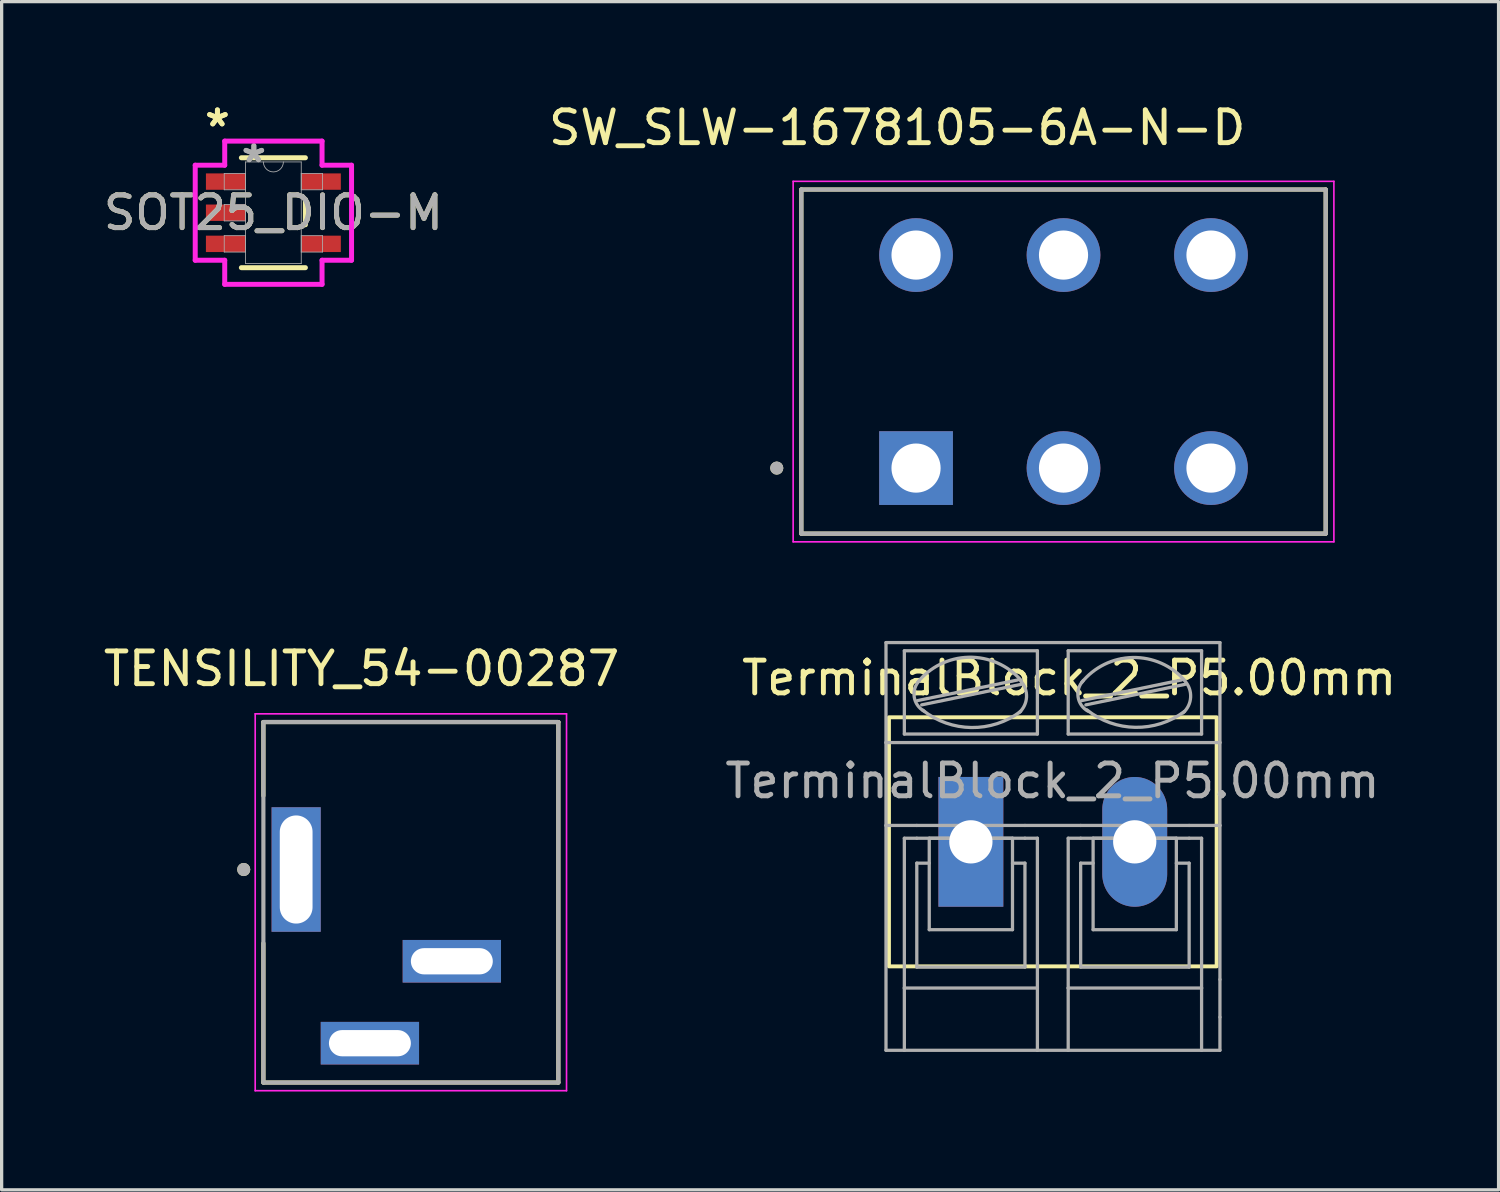
<source format=kicad_pcb>
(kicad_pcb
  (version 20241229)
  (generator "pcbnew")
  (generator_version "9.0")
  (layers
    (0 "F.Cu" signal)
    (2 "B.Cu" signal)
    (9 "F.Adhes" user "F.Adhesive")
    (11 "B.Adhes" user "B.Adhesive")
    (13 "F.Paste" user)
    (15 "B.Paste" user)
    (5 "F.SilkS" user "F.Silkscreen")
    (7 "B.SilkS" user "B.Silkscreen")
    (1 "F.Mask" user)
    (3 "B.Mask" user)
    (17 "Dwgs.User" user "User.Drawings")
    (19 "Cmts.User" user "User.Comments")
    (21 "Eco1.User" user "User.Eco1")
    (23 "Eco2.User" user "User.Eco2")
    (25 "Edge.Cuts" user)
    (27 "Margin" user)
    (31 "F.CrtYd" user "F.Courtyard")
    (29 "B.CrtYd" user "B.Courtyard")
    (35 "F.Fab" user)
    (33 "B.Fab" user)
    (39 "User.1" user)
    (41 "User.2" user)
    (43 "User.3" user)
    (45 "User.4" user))
  (footprint "TerminalBlock_2_P5.00mm"
    (layer "F.Cu")
    (at 29.075 22.638)
    (property "Reference" "TerminalBlock_2_P5.00mm" (at 0.5 -5 0) (layer "F.SilkS") (effects (font (size 1 1) (thickness 0.15))))
    (attr through_hole)
    (fp_rect (start -5 -3.8) (end 5 3.8) (stroke (width 0.12) (type solid)) (fill no) (layer "F.SilkS"))
    (fp_line (start -5.09 -3.03) (end -5.09 -6.08) (stroke (width 0.1) (type solid)) (layer "F.Fab"))
    (fp_line (start -5.09 -3.03) (end 5.1 -3.03) (stroke (width 0.1) (type solid)) (layer "F.Fab"))
    (fp_line (start -5.09 -0.5) (end -5.09 -3.03) (stroke (width 0.1) (type solid)) (layer "F.Fab"))
    (fp_line (start -5.09 -0.5) (end -4.15 -0.5) (stroke (width 0.1) (type solid)) (layer "F.Fab"))
    (fp_line (start -5.09 6.36) (end -5.09 -0.5) (stroke (width 0.1) (type solid)) (layer "F.Fab"))
    (fp_line (start -5.09 6.36) (end -4.53 6.36) (stroke (width 0.1) (type solid)) (layer "F.Fab"))
    (fp_line (start -4.53 -3.29) (end -4.53 -5.83) (stroke (width 0.1) (type solid)) (layer "F.Fab"))
    (fp_line (start -4.53 -0.11) (end -4.53 4.46) (stroke (width 0.1) (type solid)) (layer "F.Fab"))
    (fp_line (start -4.53 -0.11) (end -4.15 -0.11) (stroke (width 0.1) (type solid)) (layer "F.Fab"))
    (fp_line (start -4.53 4.46) (end -4.53 6.36) (stroke (width 0.1) (type solid)) (layer "F.Fab"))
    (fp_line (start -4.53 6.36) (end -0.47 6.36) (stroke (width 0.1) (type solid)) (layer "F.Fab"))
    (fp_line (start -4.15 -0.5) (end -0.85 -0.5) (stroke (width 0.1) (type solid)) (layer "F.Fab"))
    (fp_line (start -4.15 0.65) (end -3.77 0.65) (stroke (width 0.1) (type solid)) (layer "F.Fab"))
    (fp_line (start -4.15 3.82) (end -4.15 0.65) (stroke (width 0.1) (type solid)) (layer "F.Fab"))
    (fp_line (start -4.13 -4.31) (end -1.07 -4.94) (stroke (width 0.1) (type solid)) (layer "F.Fab"))
    (fp_line (start -4 -4.18) (end -0.95 -4.81) (stroke (width 0.1) (type solid)) (layer "F.Fab"))
    (fp_line (start -3.77 -0.11) (end -1.23 -0.11) (stroke (width 0.1) (type solid)) (layer "F.Fab"))
    (fp_line (start -3.77 2.68) (end -3.77 -0.11) (stroke (width 0.1) (type solid)) (layer "F.Fab"))
    (fp_line (start -3.77 2.68) (end -1.23 2.68) (stroke (width 0.1) (type solid)) (layer "F.Fab"))
    (fp_line (start -1.23 2.68) (end -1.23 -0.11) (stroke (width 0.1) (type solid)) (layer "F.Fab"))
    (fp_line (start -0.85 -0.5) (end 0.85 -0.5) (stroke (width 0.1) (type solid)) (layer "F.Fab"))
    (fp_line (start -0.85 -0.11) (end -4.15 -0.11) (stroke (width 0.1) (type solid)) (layer "F.Fab"))
    (fp_line (start -0.85 0.65) (end -1.23 0.65) (stroke (width 0.1) (type solid)) (layer "F.Fab"))
    (fp_line (start -0.85 3.82) (end -4.15 3.82) (stroke (width 0.1) (type solid)) (layer "F.Fab"))
    (fp_line (start -0.85 3.82) (end -0.85 0.65) (stroke (width 0.1) (type solid)) (layer "F.Fab"))
    (fp_line (start -0.47 -5.83) (end -4.53 -5.83) (stroke (width 0.1) (type solid)) (layer "F.Fab"))
    (fp_line (start -0.47 -3.29) (end -4.53 -3.29) (stroke (width 0.1) (type solid)) (layer "F.Fab"))
    (fp_line (start -0.47 -3.29) (end -0.47 -5.83) (stroke (width 0.1) (type solid)) (layer "F.Fab"))
    (fp_line (start -0.47 -0.11) (end -0.85 -0.11) (stroke (width 0.1) (type solid)) (layer "F.Fab"))
    (fp_line (start -0.47 4.46) (end -4.53 4.46) (stroke (width 0.1) (type solid)) (layer "F.Fab"))
    (fp_line (start -0.47 4.46) (end -0.47 -0.11) (stroke (width 0.1) (type solid)) (layer "F.Fab"))
    (fp_line (start -0.47 6.36) (end -0.47 4.46) (stroke (width 0.1) (type solid)) (layer "F.Fab"))
    (fp_line (start -0.47 6.36) (end 0.47 6.36) (stroke (width 0.1) (type solid)) (layer "F.Fab"))
    (fp_line (start 0.47 -5.83) (end 4.54 -5.83) (stroke (width 0.1) (type solid)) (layer "F.Fab"))
    (fp_line (start 0.47 -3.29) (end 0.47 -5.83) (stroke (width 0.1) (type solid)) (layer "F.Fab"))
    (fp_line (start 0.47 -0.11) (end 0.85 -0.11) (stroke (width 0.1) (type solid)) (layer "F.Fab"))
    (fp_line (start 0.47 4.46) (end 0.47 -0.11) (stroke (width 0.1) (type solid)) (layer "F.Fab"))
    (fp_line (start 0.47 4.46) (end 4.54 4.46) (stroke (width 0.1) (type solid)) (layer "F.Fab"))
    (fp_line (start 0.47 6.36) (end 0.47 4.46) (stroke (width 0.1) (type solid)) (layer "F.Fab"))
    (fp_line (start 0.47 6.36) (end 4.54 6.36) (stroke (width 0.1) (type solid)) (layer "F.Fab"))
    (fp_line (start 0.85 -0.11) (end 4.16 -0.11) (stroke (width 0.1) (type solid)) (layer "F.Fab"))
    (fp_line (start 0.85 0.65) (end 1.23 0.65) (stroke (width 0.1) (type solid)) (layer "F.Fab"))
    (fp_line (start 0.85 3.82) (end 0.85 0.65) (stroke (width 0.1) (type solid)) (layer "F.Fab"))
    (fp_line (start 0.88 -4.31) (end 3.93 -4.94) (stroke (width 0.1) (type solid)) (layer "F.Fab"))
    (fp_line (start 1.01 -4.18) (end 4.05 -4.81) (stroke (width 0.1) (type solid)) (layer "F.Fab"))
    (fp_line (start 1.23 -0.11) (end 3.77 -0.11) (stroke (width 0.1) (type solid)) (layer "F.Fab"))
    (fp_line (start 1.23 2.68) (end 1.23 -0.11) (stroke (width 0.1) (type solid)) (layer "F.Fab"))
    (fp_line (start 1.23 2.68) (end 3.77 2.68) (stroke (width 0.1) (type solid)) (layer "F.Fab"))
    (fp_line (start 3.77 2.68) (end 3.77 -0.11) (stroke (width 0.1) (type solid)) (layer "F.Fab"))
    (fp_line (start 4.16 -0.5) (end 0.85 -0.5) (stroke (width 0.1) (type solid)) (layer "F.Fab"))
    (fp_line (start 4.16 0.65) (end 3.77 0.65) (stroke (width 0.1) (type solid)) (layer "F.Fab"))
    (fp_line (start 4.16 3.82) (end 0.85 3.82) (stroke (width 0.1) (type solid)) (layer "F.Fab"))
    (fp_line (start 4.16 3.82) (end 4.16 0.65) (stroke (width 0.1) (type solid)) (layer "F.Fab"))
    (fp_line (start 4.54 -5.83) (end 4.54 -3.29) (stroke (width 0.1) (type solid)) (layer "F.Fab"))
    (fp_line (start 4.54 -3.29) (end 0.47 -3.29) (stroke (width 0.1) (type solid)) (layer "F.Fab"))
    (fp_line (start 4.54 -0.11) (end 4.16 -0.11) (stroke (width 0.1) (type solid)) (layer "F.Fab"))
    (fp_line (start 4.54 -0.11) (end 4.54 4.46) (stroke (width 0.1) (type solid)) (layer "F.Fab"))
    (fp_line (start 4.54 4.46) (end 4.54 6.36) (stroke (width 0.1) (type solid)) (layer "F.Fab"))
    (fp_line (start 4.54 6.36) (end 5.1 6.36) (stroke (width 0.1) (type solid)) (layer "F.Fab"))
    (fp_line (start 5.1 -6.08) (end -5.09 -6.08) (stroke (width 0.1) (type solid)) (layer "F.Fab"))
    (fp_line (start 5.1 -6.08) (end 5.1 -3.03) (stroke (width 0.1) (type solid)) (layer "F.Fab"))
    (fp_line (start 5.1 -3.03) (end 5.1 -1.51) (stroke (width 0.1) (type solid)) (layer "F.Fab"))
    (fp_line (start 5.1 -1.51) (end 5.1 -0.5) (stroke (width 0.1) (type solid)) (layer "F.Fab"))
    (fp_line (start 5.1 -0.5) (end 4.16 -0.5) (stroke (width 0.1) (type solid)) (layer "F.Fab"))
    (fp_line (start 5.1 -0.5) (end 5.1 4.2) (stroke (width 0.1) (type solid)) (layer "F.Fab"))
    (fp_line (start 5.1 4.2) (end 5.1 5.35) (stroke (width 0.1) (type solid)) (layer "F.Fab"))
    (fp_line (start 5.1 5.35) (end 5.1 6.36) (stroke (width 0.1) (type solid)) (layer "F.Fab"))
    (fp_arc (start -4.13 -4.86) (mid -2.56669 -5.632528) (end -0.970024 -4.931534) (stroke (width 0.1) (type solid)) (layer "F.Fab"))
    (fp_arc (start -3.93 -3.99) (mid -4.228466 -4.419406) (end -4.072972 -4.918699) (stroke (width 0.1) (type solid)) (layer "F.Fab"))
    (fp_arc (start -0.98 -4.91) (mid -0.801307 -4.418754) (end -1.024381 -3.946005) (stroke (width 0.1) (type solid)) (layer "F.Fab"))
    (fp_arc (start -0.98 -3.98) (mid -2.48151 -3.488196) (end -3.969829 -4.018582) (stroke (width 0.1) (type solid)) (layer "F.Fab"))
    (fp_arc (start 0.88 -4.86) (mid 2.439737 -5.624867) (end 4.028239 -4.921686) (stroke (width 0.1) (type solid)) (layer "F.Fab"))
    (fp_arc (start 1.07 -3.99) (mid 0.771534 -4.419406) (end 0.927028 -4.918699) (stroke (width 0.1) (type solid)) (layer "F.Fab"))
    (fp_arc (start 4.02 -3.98) (mid 2.520583 -3.494318) (end 1.037667 -4.028263) (stroke (width 0.1) (type solid)) (layer "F.Fab"))
    (fp_arc (start 4.03 -4.91) (mid 4.205733 -4.411652) (end 3.975532 -3.936005) (stroke (width 0.1) (type solid)) (layer "F.Fab"))
    (fp_text user "${REFERENCE}" (at -0.01 -1.86 0) (layer "F.Fab") (effects (font (size 1 1) (thickness 0.15))))
    (pad "1" thru_hole rect (at -2.5 0) (size 1.98 3.96) (drill 1.32) (layers "*.Cu" "*.Mask"))
    (pad "2" thru_hole oval (at 2.5 0) (size 1.98 3.96) (drill 1.32) (layers "*.Cu" "*.Mask")))
  (footprint "SW_SLW-1678105-6A-N-D"
    (layer "F.Cu")
    (at 29.402 7.983)
    (property "Reference" "SW_SLW-1678105-6A-N-D" (at -5.075 -7.135 0) (layer "F.SilkS") (effects (font (size 1 1) (thickness 0.15))))
    (attr through_hole)
    (fp_line (start -8 -5.25) (end -8 5.25) (stroke (width 0.127) (type solid)) (layer "F.SilkS"))
    (fp_line (start -8 5.25) (end 8 5.25) (stroke (width 0.127) (type solid)) (layer "F.SilkS"))
    (fp_line (start 8 -5.25) (end -8 -5.25) (stroke (width 0.127) (type solid)) (layer "F.SilkS"))
    (fp_line (start 8 5.25) (end 8 -5.25) (stroke (width 0.127) (type solid)) (layer "F.SilkS"))
    (fp_circle (center -8.75 3.25) (end -8.65 3.25) (stroke (width 0.2) (type solid)) (fill no) (layer "F.SilkS"))
    (fp_line (start -8.25 -5.5) (end -8.25 5.5) (stroke (width 0.05) (type solid)) (layer "F.CrtYd"))
    (fp_line (start -8.25 5.5) (end 8.25 5.5) (stroke (width 0.05) (type solid)) (layer "F.CrtYd"))
    (fp_line (start 8.25 -5.5) (end -8.25 -5.5) (stroke (width 0.05) (type solid)) (layer "F.CrtYd"))
    (fp_line (start 8.25 5.5) (end 8.25 -5.5) (stroke (width 0.05) (type solid)) (layer "F.CrtYd"))
    (fp_line (start -8 -5.25) (end -8 5.25) (stroke (width 0.127) (type solid)) (layer "F.Fab"))
    (fp_line (start -8 5.25) (end 8 5.25) (stroke (width 0.127) (type solid)) (layer "F.Fab"))
    (fp_line (start 8 -5.25) (end -8 -5.25) (stroke (width 0.127) (type solid)) (layer "F.Fab"))
    (fp_line (start 8 5.25) (end 8 -5.25) (stroke (width 0.127) (type solid)) (layer "F.Fab"))
    (fp_circle (center -8.75 3.25) (end -8.65 3.25) (stroke (width 0.2) (type solid)) (fill no) (layer "F.Fab"))
    (pad "1" thru_hole rect (at -4.5 3.25) (size 2.25 2.25) (drill 1.5) (layers "*.Cu" "*.Mask"))
    (pad "2" thru_hole circle (at 0 3.25) (size 2.25 2.25) (drill 1.5) (layers "*.Cu" "*.Mask"))
    (pad "3" thru_hole circle (at 4.5 3.25) (size 2.25 2.25) (drill 1.5) (layers "*.Cu" "*.Mask"))
    (pad "4" thru_hole circle (at -4.5 -3.25) (size 2.25 2.25) (drill 1.5) (layers "*.Cu" "*.Mask"))
    (pad "5" thru_hole circle (at 0 -3.25) (size 2.25 2.25) (drill 1.5) (layers "*.Cu" "*.Mask"))
    (pad "6" thru_hole circle (at 4.5 -3.25) (size 2.25 2.25) (drill 1.5) (layers "*.Cu" "*.Mask")))
  (footprint "SOT25_DIO-M"
    (layer "F.Cu")
    (at 5.292 3.441)
    (property "Reference" "SOT25_DIO-M" (at 0 0 0) (unlocked yes) (layer "F.SilkS") (effects (font (size 1 1) (thickness 0.15))))
    (attr smd)
    (fp_line (start -0.977 1.677) (end 0.977 1.677) (stroke (width 0.152) (type solid)) (layer "F.SilkS"))
    (fp_line (start 0.977 -1.677) (end -0.977 -1.677) (stroke (width 0.152) (type solid)) (layer "F.SilkS"))
    (fp_line (start 0.977 0.367) (end 0.977 -0.367) (stroke (width 0.152) (type solid)) (layer "F.SilkS"))
    (fp_line (start -2.385 -1.45) (end -1.485 -1.45) (stroke (width 0.152) (type solid)) (layer "F.CrtYd"))
    (fp_line (start -2.385 1.45) (end -2.385 -1.45) (stroke (width 0.152) (type solid)) (layer "F.CrtYd"))
    (fp_line (start -1.485 -2.185) (end 1.485 -2.185) (stroke (width 0.152) (type solid)) (layer "F.CrtYd"))
    (fp_line (start -1.485 -1.45) (end -1.485 -2.185) (stroke (width 0.152) (type solid)) (layer "F.CrtYd"))
    (fp_line (start -1.485 1.45) (end -2.385 1.45) (stroke (width 0.152) (type solid)) (layer "F.CrtYd"))
    (fp_line (start -1.485 2.185) (end -1.485 1.45) (stroke (width 0.152) (type solid)) (layer "F.CrtYd"))
    (fp_line (start 1.485 -2.185) (end 1.485 -1.45) (stroke (width 0.152) (type solid)) (layer "F.CrtYd"))
    (fp_line (start 1.485 -1.45) (end 2.385 -1.45) (stroke (width 0.152) (type solid)) (layer "F.CrtYd"))
    (fp_line (start 1.485 1.45) (end 1.485 2.185) (stroke (width 0.152) (type solid)) (layer "F.CrtYd"))
    (fp_line (start 1.485 2.185) (end -1.485 2.185) (stroke (width 0.152) (type solid)) (layer "F.CrtYd"))
    (fp_line (start 2.385 -1.45) (end 2.385 1.45) (stroke (width 0.152) (type solid)) (layer "F.CrtYd"))
    (fp_line (start 2.385 1.45) (end 1.485 1.45) (stroke (width 0.152) (type solid)) (layer "F.CrtYd"))
    (fp_line (start -1.5 -1.2) (end -1.5 -0.7) (stroke (width 0.025) (type solid)) (layer "F.Fab"))
    (fp_line (start -1.5 -0.7) (end -0.85 -0.7) (stroke (width 0.025) (type solid)) (layer "F.Fab"))
    (fp_line (start -1.5 -0.25) (end -1.5 0.25) (stroke (width 0.025) (type solid)) (layer "F.Fab"))
    (fp_line (start -1.5 0.25) (end -0.85 0.25) (stroke (width 0.025) (type solid)) (layer "F.Fab"))
    (fp_line (start -1.5 0.7) (end -1.5 1.2) (stroke (width 0.025) (type solid)) (layer "F.Fab"))
    (fp_line (start -1.5 1.2) (end -0.85 1.2) (stroke (width 0.025) (type solid)) (layer "F.Fab"))
    (fp_line (start -0.85 -1.55) (end -0.85 1.55) (stroke (width 0.025) (type solid)) (layer "F.Fab"))
    (fp_line (start -0.85 -1.2) (end -1.5 -1.2) (stroke (width 0.025) (type solid)) (layer "F.Fab"))
    (fp_line (start -0.85 -0.7) (end -0.85 -1.2) (stroke (width 0.025) (type solid)) (layer "F.Fab"))
    (fp_line (start -0.85 -0.25) (end -1.5 -0.25) (stroke (width 0.025) (type solid)) (layer "F.Fab"))
    (fp_line (start -0.85 0.25) (end -0.85 -0.25) (stroke (width 0.025) (type solid)) (layer "F.Fab"))
    (fp_line (start -0.85 0.7) (end -1.5 0.7) (stroke (width 0.025) (type solid)) (layer "F.Fab"))
    (fp_line (start -0.85 1.2) (end -0.85 0.7) (stroke (width 0.025) (type solid)) (layer "F.Fab"))
    (fp_line (start -0.85 1.55) (end 0.85 1.55) (stroke (width 0.025) (type solid)) (layer "F.Fab"))
    (fp_line (start 0.85 -1.55) (end -0.85 -1.55) (stroke (width 0.025) (type solid)) (layer "F.Fab"))
    (fp_line (start 0.85 -1.2) (end 0.85 -0.7) (stroke (width 0.025) (type solid)) (layer "F.Fab"))
    (fp_line (start 0.85 -0.7) (end 1.5 -0.7) (stroke (width 0.025) (type solid)) (layer "F.Fab"))
    (fp_line (start 0.85 0.7) (end 0.85 1.2) (stroke (width 0.025) (type solid)) (layer "F.Fab"))
    (fp_line (start 0.85 1.2) (end 1.5 1.2) (stroke (width 0.025) (type solid)) (layer "F.Fab"))
    (fp_line (start 0.85 1.55) (end 0.85 -1.55) (stroke (width 0.025) (type solid)) (layer "F.Fab"))
    (fp_line (start 1.5 -1.2) (end 0.85 -1.2) (stroke (width 0.025) (type solid)) (layer "F.Fab"))
    (fp_line (start 1.5 -0.7) (end 1.5 -1.2) (stroke (width 0.025) (type solid)) (layer "F.Fab"))
    (fp_line (start 1.5 0.7) (end 0.85 0.7) (stroke (width 0.025) (type solid)) (layer "F.Fab"))
    (fp_line (start 1.5 1.2) (end 1.5 0.7) (stroke (width 0.025) (type solid)) (layer "F.Fab"))
    (fp_arc (start 0.3048 -1.549999) (mid 0 -1.245199) (end -0.3048 -1.549999) (stroke (width 0.0254) (type solid)) (layer "F.Fab"))
    (fp_text user "*" (at -1.708 -2.593 0) (unlocked yes) (layer "F.SilkS") (effects (font (size 1 1) (thickness 0.15))))
    (fp_text user "*" (at -1.708 -2.593 0) (layer "F.SilkS") (effects (font (size 1 1) (thickness 0.15))))
    (fp_text user "${REFERENCE}" (at 0 0 0) (unlocked yes) (layer "F.Fab") (effects (font (size 1 1) (thickness 0.15))))
    (fp_text user "*" (at -0.596 -1.501 0) (layer "F.Fab") (effects (font (size 1 1) (thickness 0.15))))
    (fp_text user "*" (at -0.596 -1.501 0) (unlocked yes) (layer "F.Fab") (effects (font (size 1 1) (thickness 0.15))))
    (pad "1" smd rect (at -1.454 -0.95) (size 1.209 0.5) (layers "F.Cu" "F.Mask" "F.Paste"))
    (pad "2" smd rect (at -1.454 0) (size 1.209 0.5) (layers "F.Cu" "F.Mask" "F.Paste"))
    (pad "3" smd rect (at -1.454 0.95) (size 1.209 0.5) (layers "F.Cu" "F.Mask" "F.Paste"))
    (pad "4" smd rect (at 1.454 0.95) (size 1.209 0.5) (layers "F.Cu" "F.Mask" "F.Paste"))
    (pad "5" smd rect (at 1.454 -0.95) (size 1.209 0.5) (layers "F.Cu" "F.Mask" "F.Paste")))
  (footprint "TENSILITY_54-00287"
    (layer "F.Cu")
    (at 9.487 24.482)
    (property "Reference" "TENSILITY_54-00287" (at -1.505 -7.125 0) (layer "F.SilkS") (effects (font (size 1 1) (thickness 0.15))))
    (attr through_hole)
    (fp_line (start -4.5 -5.5) (end 4.5 -5.5) (stroke (width 0.127) (type solid)) (layer "F.SilkS"))
    (fp_line (start -4.5 -3.25) (end -4.5 -5.5) (stroke (width 0.127) (type solid)) (layer "F.SilkS"))
    (fp_line (start -4.5 5.5) (end -4.5 1.25) (stroke (width 0.127) (type solid)) (layer "F.SilkS"))
    (fp_line (start 4.5 -5.5) (end 4.5 5.5) (stroke (width 0.127) (type solid)) (layer "F.SilkS"))
    (fp_line (start 4.5 5.5) (end -4.5 5.5) (stroke (width 0.127) (type solid)) (layer "F.SilkS"))
    (fp_circle (center -5.1 -1) (end -5 -1) (stroke (width 0.2) (type solid)) (fill no) (layer "F.SilkS"))
    (fp_line (start -4.75 -5.75) (end -4.75 5.75) (stroke (width 0.05) (type solid)) (layer "F.CrtYd"))
    (fp_line (start -4.75 5.75) (end 4.75 5.75) (stroke (width 0.05) (type solid)) (layer "F.CrtYd"))
    (fp_line (start 4.75 -5.75) (end -4.75 -5.75) (stroke (width 0.05) (type solid)) (layer "F.CrtYd"))
    (fp_line (start 4.75 5.75) (end 4.75 -5.75) (stroke (width 0.05) (type solid)) (layer "F.CrtYd"))
    (fp_line (start -4.5 -5.5) (end 4.5 -5.5) (stroke (width 0.127) (type solid)) (layer "F.Fab"))
    (fp_line (start -4.5 5.5) (end -4.5 -5.5) (stroke (width 0.127) (type solid)) (layer "F.Fab"))
    (fp_line (start 4.5 -5.5) (end 4.5 5.5) (stroke (width 0.127) (type solid)) (layer "F.Fab"))
    (fp_line (start 4.5 5.5) (end -4.5 5.5) (stroke (width 0.127) (type solid)) (layer "F.Fab"))
    (fp_circle (center -5.1 -1) (end -5 -1) (stroke (width 0.2) (type solid)) (fill no) (layer "F.Fab"))
    (pad "A" thru_hole rect (at -3.5 -1) (size 1.5 3.8) (drill oval 1 3.3) (layers "*.Cu" "*.Mask"))
    (pad "B" thru_hole rect (at -1.25 4.3) (size 3 1.3) (drill oval 2.5 0.8) (layers "*.Cu" "*.Mask"))
    (pad "C" thru_hole rect (at 1.25 1.8) (size 3 1.3) (drill oval 2.5 0.8) (layers "*.Cu" "*.Mask")))
  (gr_rect
    (start -3 -3)
    (end 42.677 33.257)
    (stroke (width 0.1) (type default))
    (fill no)
    (layer "Edge.Cuts")))
</source>
